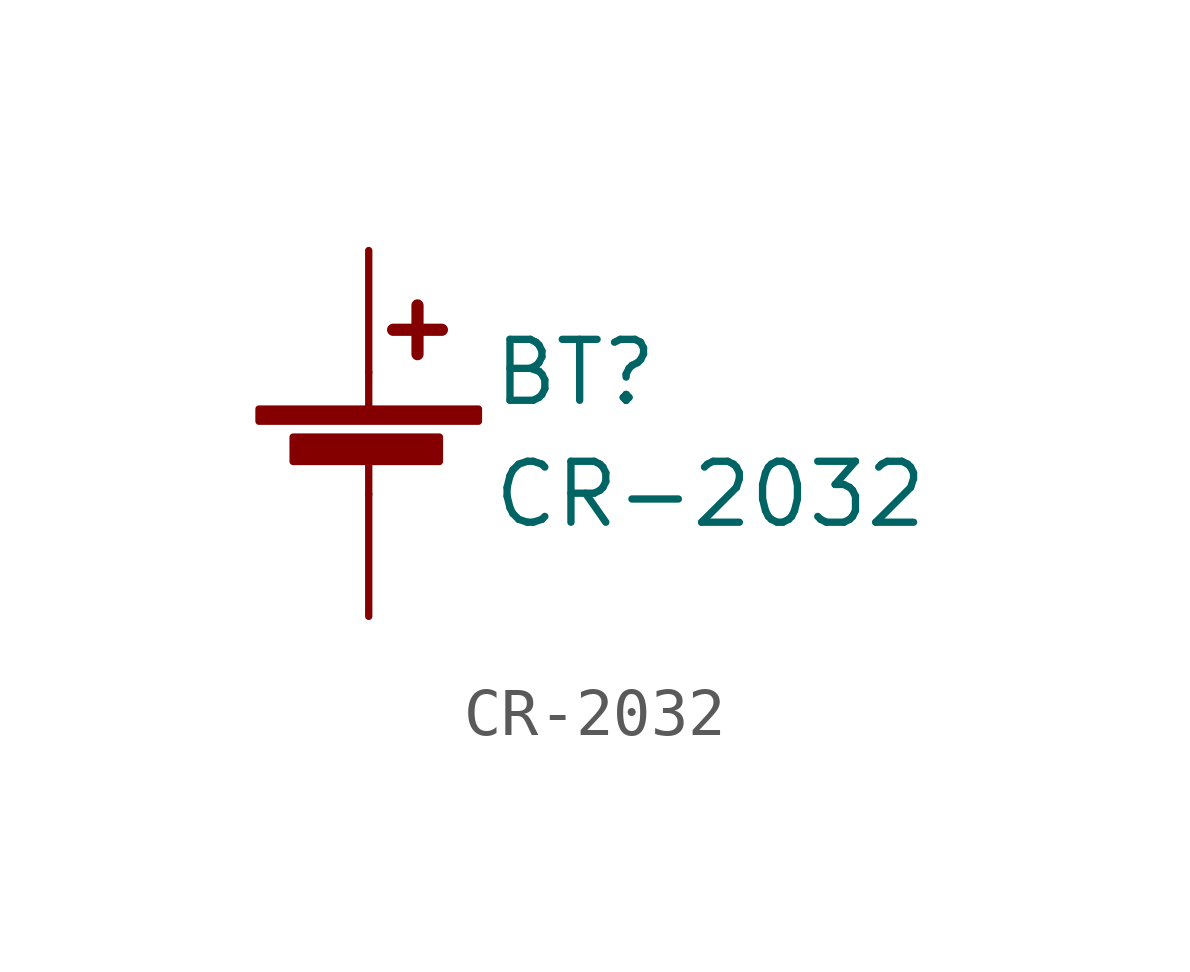
<source format=kicad_sym>
(kicad_symbol_lib
  (version 20241209)
  (generator "kicad_symbol_editor")
  (generator_version "9.0")
  (symbol "CR-2032"
    (pin_numbers
      (hide yes))
    (pin_names
      (offset 0)
      (hide yes))
    (property "Reference" "BT"
      (at 2.54 2.54 0)
      (effects (font (size 1.27 1.27)) (justify left)))
    (property "Value" "CR-2032"
      (at 2.54 0 0)
      (effects (font (size 1.27 1.27)) (justify left)))
    (symbol "CR-2032_0_1"
      (rectangle (start -2.286 1.778) (end 2.286 1.524) (stroke (width 0) (type solid)) (fill (type outline)))
      (rectangle (start -1.575 1.194) (end 1.473 0.686) (stroke (width 0) (type solid)) (fill (type outline)))
      (polyline (pts (xy 0 1.778) (xy 0 2.54)) (stroke (width 0) (type solid)) (fill (type none)))
      (polyline (pts (xy 0 0.762) (xy 0 0)) (stroke (width 0) (type solid)) (fill (type none)))
      (polyline (pts (xy 0.508 3.429) (xy 1.524 3.429)) (stroke (width 0.254) (type solid)) (fill (type none)))
      (polyline (pts (xy 1.016 3.937) (xy 1.016 2.921)) (stroke (width 0.254) (type solid)) (fill (type none))))
    (symbol "CR-2032_1_1"
      (pin passive line (at 0 5.08 270) (length 2.54) (name "+" (effects (font (size 1.27 1.27)))) (number "1" (effects (font (size 1.27 1.27)))))
      (pin passive line (at 0 -2.54 90) (length 2.54) (name "-" (effects (font (size 1.27 1.27)))) (number "2" (effects (font (size 1.27 1.27))))))))
</source>
